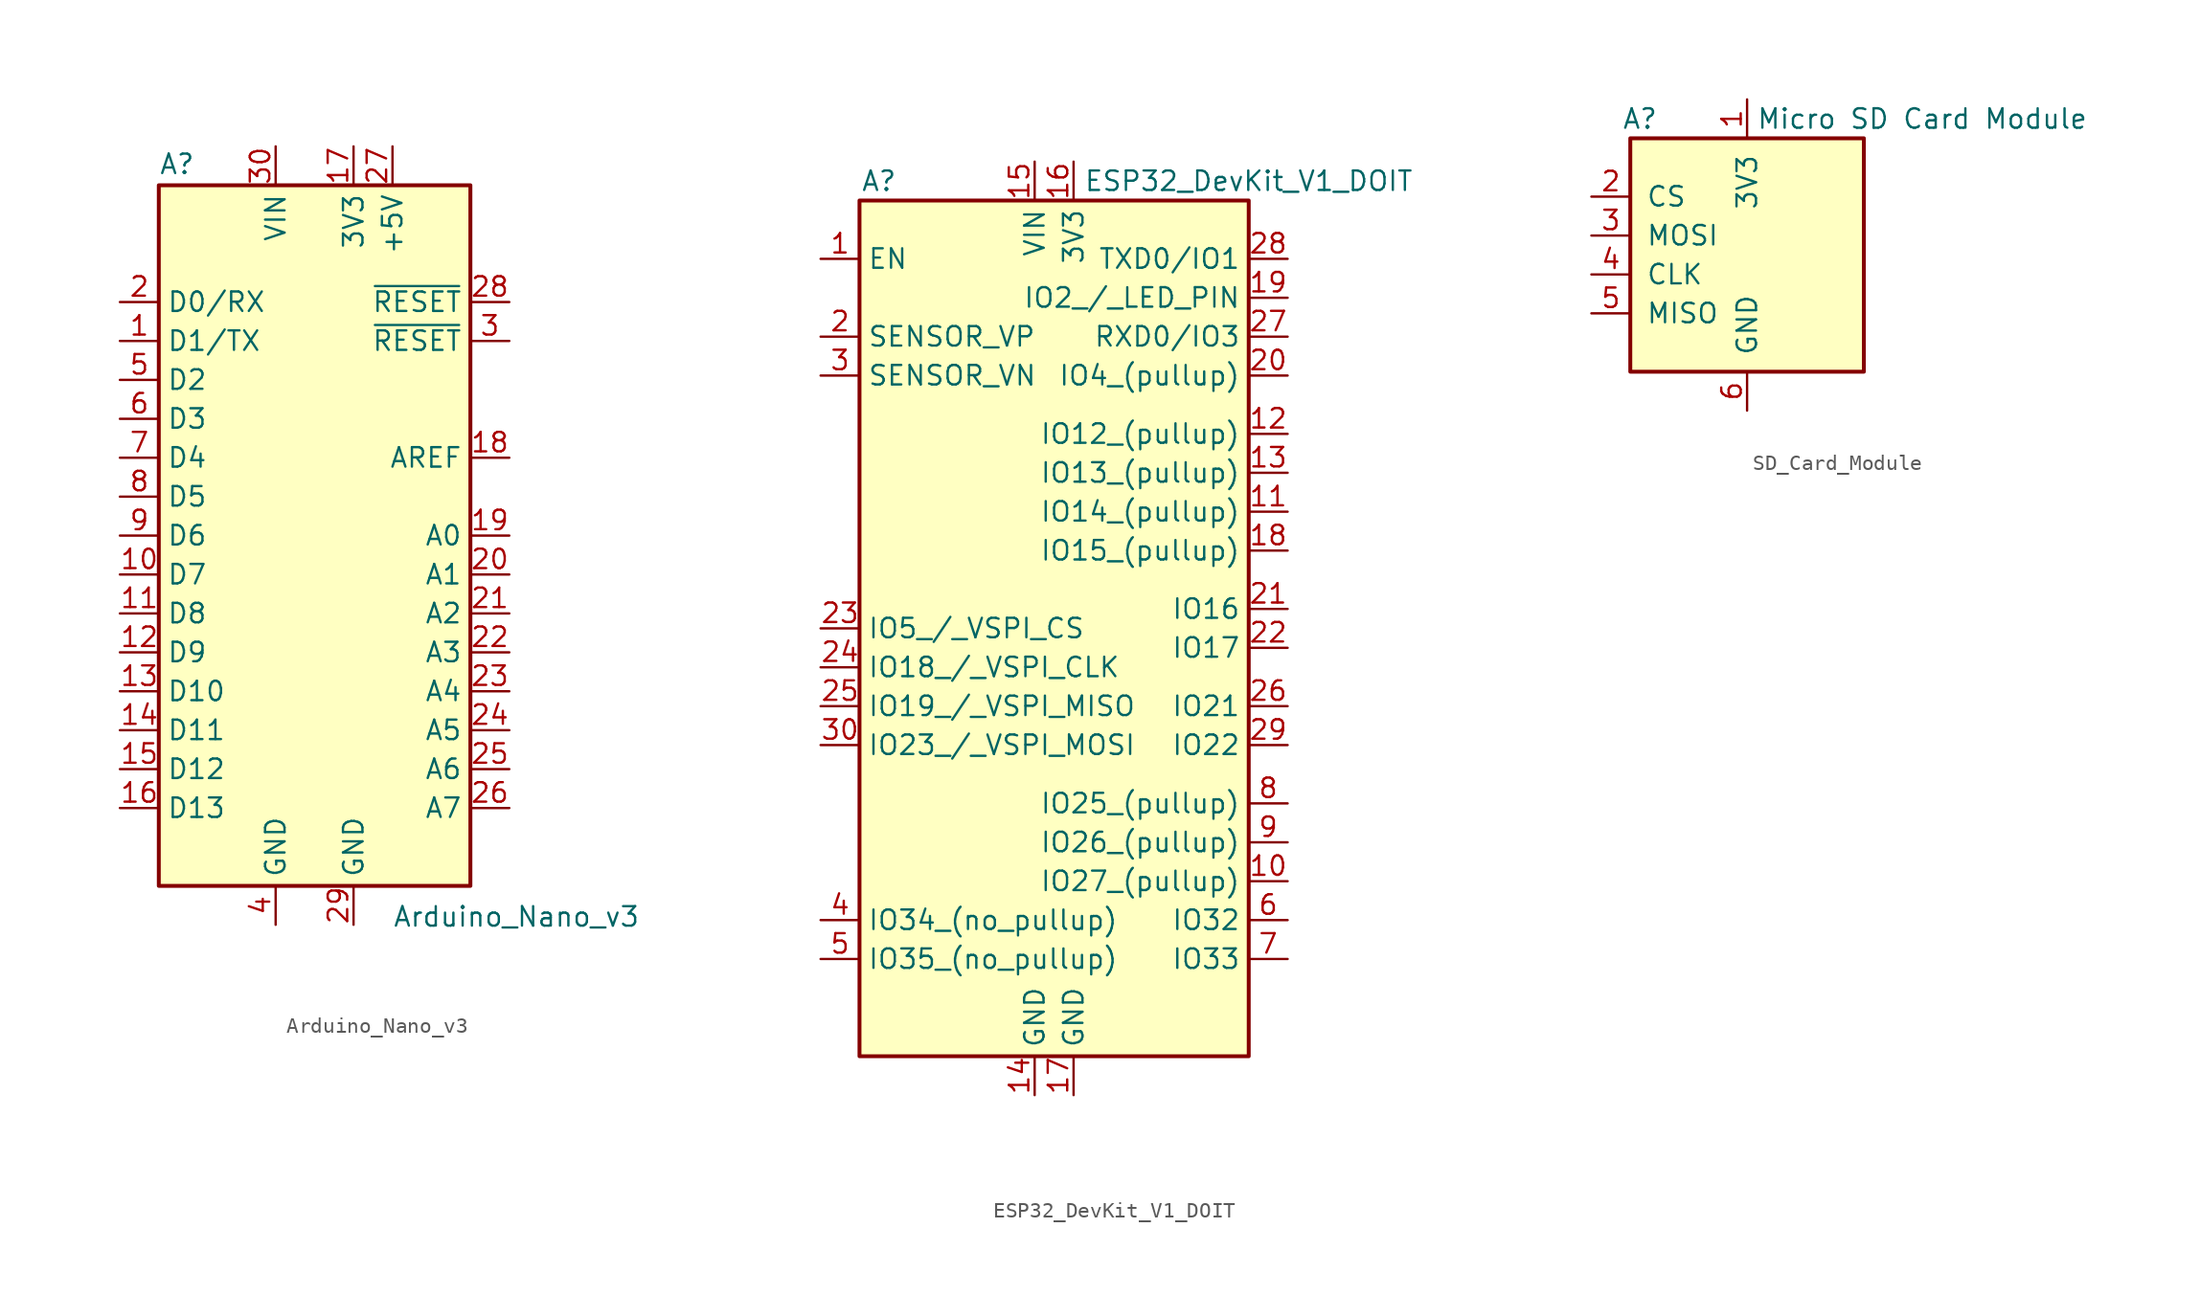
<source format=kicad_sym>
(kicad_symbol_lib
  (version 20231120)
  (generator "kicad_symbol_editor")
  (generator_version "8.0")
  (symbol "Arduino_Nano_v3"
    (property "Reference" "A"
      (at -10.16 23.495 0)
      (effects (font (size 1.27 1.27)) (justify left bottom)))
    (property "Value" "Arduino_Nano_v3"
      (at 5.08 -24.13 0)
      (effects (font (size 1.27 1.27)) (justify left top)))
    (symbol "Arduino_Nano_v3_0_1"
      (rectangle (start -10.16 22.86) (end 10.16 -22.86) (stroke (width 0.254) (type default)) (fill (type background))))
    (symbol "Arduino_Nano_v3_1_1"
      (pin bidirectional line (at -12.7 12.7 0) (length 2.54) (name "D1/TX" (effects (font (size 1.27 1.27)))) (number "1" (effects (font (size 1.27 1.27)))))
      (pin bidirectional line (at -12.7 -2.54 0) (length 2.54) (name "D7" (effects (font (size 1.27 1.27)))) (number "10" (effects (font (size 1.27 1.27)))))
      (pin bidirectional line (at -12.7 -5.08 0) (length 2.54) (name "D8" (effects (font (size 1.27 1.27)))) (number "11" (effects (font (size 1.27 1.27)))))
      (pin bidirectional line (at -12.7 -7.62 0) (length 2.54) (name "D9" (effects (font (size 1.27 1.27)))) (number "12" (effects (font (size 1.27 1.27)))))
      (pin bidirectional line (at -12.7 -10.16 0) (length 2.54) (name "D10" (effects (font (size 1.27 1.27)))) (number "13" (effects (font (size 1.27 1.27)))))
      (pin bidirectional line (at -12.7 -12.7 0) (length 2.54) (name "D11" (effects (font (size 1.27 1.27)))) (number "14" (effects (font (size 1.27 1.27)))))
      (pin bidirectional line (at -12.7 -15.24 0) (length 2.54) (name "D12" (effects (font (size 1.27 1.27)))) (number "15" (effects (font (size 1.27 1.27)))))
      (pin bidirectional line (at -12.7 -17.78 0) (length 2.54) (name "D13" (effects (font (size 1.27 1.27)))) (number "16" (effects (font (size 1.27 1.27)))))
      (pin power_out line (at 2.54 25.4 270) (length 2.54) (name "3V3" (effects (font (size 1.27 1.27)))) (number "17" (effects (font (size 1.27 1.27)))))
      (pin input line (at 12.7 5.08 180) (length 2.54) (name "AREF" (effects (font (size 1.27 1.27)))) (number "18" (effects (font (size 1.27 1.27)))))
      (pin bidirectional line (at 12.7 0 180) (length 2.54) (name "A0" (effects (font (size 1.27 1.27)))) (number "19" (effects (font (size 1.27 1.27)))))
      (pin bidirectional line (at -12.7 15.24 0) (length 2.54) (name "D0/RX" (effects (font (size 1.27 1.27)))) (number "2" (effects (font (size 1.27 1.27)))))
      (pin bidirectional line (at 12.7 -2.54 180) (length 2.54) (name "A1" (effects (font (size 1.27 1.27)))) (number "20" (effects (font (size 1.27 1.27)))))
      (pin bidirectional line (at 12.7 -5.08 180) (length 2.54) (name "A2" (effects (font (size 1.27 1.27)))) (number "21" (effects (font (size 1.27 1.27)))))
      (pin bidirectional line (at 12.7 -7.62 180) (length 2.54) (name "A3" (effects (font (size 1.27 1.27)))) (number "22" (effects (font (size 1.27 1.27)))))
      (pin bidirectional line (at 12.7 -10.16 180) (length 2.54) (name "A4" (effects (font (size 1.27 1.27)))) (number "23" (effects (font (size 1.27 1.27)))))
      (pin bidirectional line (at 12.7 -12.7 180) (length 2.54) (name "A5" (effects (font (size 1.27 1.27)))) (number "24" (effects (font (size 1.27 1.27)))))
      (pin bidirectional line (at 12.7 -15.24 180) (length 2.54) (name "A6" (effects (font (size 1.27 1.27)))) (number "25" (effects (font (size 1.27 1.27)))))
      (pin bidirectional line (at 12.7 -17.78 180) (length 2.54) (name "A7" (effects (font (size 1.27 1.27)))) (number "26" (effects (font (size 1.27 1.27)))))
      (pin power_out line (at 5.08 25.4 270) (length 2.54) (name "+5V" (effects (font (size 1.27 1.27)))) (number "27" (effects (font (size 1.27 1.27)))))
      (pin input line (at 12.7 15.24 180) (length 2.54) (name "~{RESET}" (effects (font (size 1.27 1.27)))) (number "28" (effects (font (size 1.27 1.27)))))
      (pin power_in line (at 2.54 -25.4 90) (length 2.54) (name "GND" (effects (font (size 1.27 1.27)))) (number "29" (effects (font (size 1.27 1.27)))))
      (pin input line (at 12.7 12.7 180) (length 2.54) (name "~{RESET}" (effects (font (size 1.27 1.27)))) (number "3" (effects (font (size 1.27 1.27)))))
      (pin power_in line (at -2.54 25.4 270) (length 2.54) (name "VIN" (effects (font (size 1.27 1.27)))) (number "30" (effects (font (size 1.27 1.27)))))
      (pin power_in line (at -2.54 -25.4 90) (length 2.54) (name "GND" (effects (font (size 1.27 1.27)))) (number "4" (effects (font (size 1.27 1.27)))))
      (pin bidirectional line (at -12.7 10.16 0) (length 2.54) (name "D2" (effects (font (size 1.27 1.27)))) (number "5" (effects (font (size 1.27 1.27)))))
      (pin bidirectional line (at -12.7 7.62 0) (length 2.54) (name "D3" (effects (font (size 1.27 1.27)))) (number "6" (effects (font (size 1.27 1.27)))))
      (pin bidirectional line (at -12.7 5.08 0) (length 2.54) (name "D4" (effects (font (size 1.27 1.27)))) (number "7" (effects (font (size 1.27 1.27)))))
      (pin bidirectional line (at -12.7 2.54 0) (length 2.54) (name "D5" (effects (font (size 1.27 1.27)))) (number "8" (effects (font (size 1.27 1.27)))))
      (pin bidirectional line (at -12.7 0 0) (length 2.54) (name "D6" (effects (font (size 1.27 1.27)))) (number "9" (effects (font (size 1.27 1.27)))))))
  (symbol "ESP32_DevKit_V1_DOIT"
    (property "Reference" "A"
      (at -11.43 29.21 0)
      (effects (font (size 1.27 1.27))))
    (property "Value" "ESP32_DevKit_V1_DOIT"
      (at 12.7 29.21 0)
      (effects (font (size 1.27 1.27))))
    (symbol "ESP32_DevKit_V1_DOIT_1_1"
      (rectangle (start -12.7 27.94) (end 12.7 -27.94) (stroke (width 0.254) (type solid)) (fill (type background)))
      (pin input line (at -15.24 24.13 0) (length 2.54) (name "EN" (effects (font (size 1.27 1.27)))) (number "1" (effects (font (size 1.27 1.27)))))
      (pin bidirectional line (at 15.24 -16.51 180) (length 2.54) (name "IO27_(pullup)" (effects (font (size 1.27 1.27)))) (number "10" (effects (font (size 1.27 1.27)))))
      (pin bidirectional line (at 15.24 7.62 180) (length 2.54) (name "IO14_(pullup)" (effects (font (size 1.27 1.27)))) (number "11" (effects (font (size 1.27 1.27)))))
      (pin bidirectional line (at 15.24 12.7 180) (length 2.54) (name "IO12_(pullup)" (effects (font (size 1.27 1.27)))) (number "12" (effects (font (size 1.27 1.27)))))
      (pin bidirectional line (at 15.24 10.16 180) (length 2.54) (name "IO13_(pullup)" (effects (font (size 1.27 1.27)))) (number "13" (effects (font (size 1.27 1.27)))))
      (pin power_in line (at -1.27 -30.48 90) (length 2.54) (name "GND" (effects (font (size 1.27 1.27)))) (number "14" (effects (font (size 1.27 1.27)))))
      (pin power_in line (at -1.27 30.48 270) (length 2.54) (name "VIN" (effects (font (size 1.27 1.27)))) (number "15" (effects (font (size 1.27 1.27)))))
      (pin power_in line (at 1.27 30.48 270) (length 2.54) (name "3V3" (effects (font (size 1.27 1.27)))) (number "16" (effects (font (size 1.27 1.27)))))
      (pin power_in line (at 1.27 -30.48 90) (length 2.54) (name "GND" (effects (font (size 1.27 1.27)))) (number "17" (effects (font (size 1.27 1.27)))))
      (pin bidirectional line (at 15.24 5.08 180) (length 2.54) (name "IO15_(pullup)" (effects (font (size 1.27 1.27)))) (number "18" (effects (font (size 1.27 1.27)))))
      (pin bidirectional line (at 15.24 21.59 180) (length 2.54) (name "IO2_/_LED_PIN" (effects (font (size 1.27 1.27)))) (number "19" (effects (font (size 1.27 1.27)))))
      (pin input line (at -15.24 19.05 0) (length 2.54) (name "SENSOR_VP" (effects (font (size 1.27 1.27)))) (number "2" (effects (font (size 1.27 1.27)))))
      (pin bidirectional line (at 15.24 16.51 180) (length 2.54) (name "IO4_(pullup)" (effects (font (size 1.27 1.27)))) (number "20" (effects (font (size 1.27 1.27)))))
      (pin bidirectional line (at 15.24 1.27 180) (length 2.54) (name "IO16" (effects (font (size 1.27 1.27)))) (number "21" (effects (font (size 1.27 1.27)))))
      (pin bidirectional line (at 15.24 -1.27 180) (length 2.54) (name "IO17" (effects (font (size 1.27 1.27)))) (number "22" (effects (font (size 1.27 1.27)))))
      (pin bidirectional line (at -15.24 0 0) (length 2.54) (name "IO5_/_VSPI_CS" (effects (font (size 1.27 1.27)))) (number "23" (effects (font (size 1.27 1.27)))))
      (pin bidirectional line (at -15.24 -2.54 0) (length 2.54) (name "IO18_/_VSPI_CLK" (effects (font (size 1.27 1.27)))) (number "24" (effects (font (size 1.27 1.27)))))
      (pin bidirectional line (at -15.24 -5.08 0) (length 2.54) (name "IO19_/_VSPI_MISO" (effects (font (size 1.27 1.27)))) (number "25" (effects (font (size 1.27 1.27)))))
      (pin bidirectional line (at 15.24 -5.08 180) (length 2.54) (name "IO21" (effects (font (size 1.27 1.27)))) (number "26" (effects (font (size 1.27 1.27)))))
      (pin bidirectional line (at 15.24 19.05 180) (length 2.54) (name "RXD0/IO3" (effects (font (size 1.27 1.27)))) (number "27" (effects (font (size 1.27 1.27)))))
      (pin bidirectional line (at 15.24 24.13 180) (length 2.54) (name "TXD0/IO1" (effects (font (size 1.27 1.27)))) (number "28" (effects (font (size 1.27 1.27)))))
      (pin bidirectional line (at 15.24 -7.62 180) (length 2.54) (name "IO22" (effects (font (size 1.27 1.27)))) (number "29" (effects (font (size 1.27 1.27)))))
      (pin input line (at -15.24 16.51 0) (length 2.54) (name "SENSOR_VN" (effects (font (size 1.27 1.27)))) (number "3" (effects (font (size 1.27 1.27)))))
      (pin bidirectional line (at -15.24 -7.62 0) (length 2.54) (name "IO23_/_VSPI_MOSI" (effects (font (size 1.27 1.27)))) (number "30" (effects (font (size 1.27 1.27)))))
      (pin input line (at -15.24 -19.05 0) (length 2.54) (name "IO34_(no_pullup)" (effects (font (size 1.27 1.27)))) (number "4" (effects (font (size 1.27 1.27)))))
      (pin input line (at -15.24 -21.59 0) (length 2.54) (name "IO35_(no_pullup)" (effects (font (size 1.27 1.27)))) (number "5" (effects (font (size 1.27 1.27)))))
      (pin bidirectional line (at 15.24 -19.05 180) (length 2.54) (name "IO32" (effects (font (size 1.27 1.27)))) (number "6" (effects (font (size 1.27 1.27)))))
      (pin bidirectional line (at 15.24 -21.59 180) (length 2.54) (name "IO33" (effects (font (size 1.27 1.27)))) (number "7" (effects (font (size 1.27 1.27)))))
      (pin bidirectional line (at 15.24 -11.43 180) (length 2.54) (name "IO25_(pullup)" (effects (font (size 1.27 1.27)))) (number "8" (effects (font (size 1.27 1.27)))))
      (pin bidirectional line (at 15.24 -13.97 180) (length 2.54) (name "IO26_(pullup)" (effects (font (size 1.27 1.27)))) (number "9" (effects (font (size 1.27 1.27)))))))
  (symbol "SD_Card_Module"
    (pin_names
      (offset 1.016))
    (property "Reference" "A"
      (at -6.985 8.89 0)
      (effects (font (size 1.27 1.27))))
    (property "Value" "Micro SD Card Module"
      (at 11.43 8.89 0)
      (effects (font (size 1.27 1.27))))
    (symbol "SD_Card_Module_0_1"
      (rectangle (start -7.62 7.62) (end 7.62 -7.62) (stroke (width 0.254) (type solid)) (fill (type background))))
    (symbol "SD_Card_Module_1_1"
      (pin power_in line (at 0 10.16 270) (length 2.54) (name "3V3" (effects (font (size 1.27 1.27)))) (number "1" (effects (font (size 1.27 1.27)))))
      (pin input line (at -10.16 3.81 0) (length 2.54) (name "CS" (effects (font (size 1.27 1.27)))) (number "2" (effects (font (size 1.27 1.27)))))
      (pin input line (at -10.16 1.27 0) (length 2.54) (name "MOSI" (effects (font (size 1.27 1.27)))) (number "3" (effects (font (size 1.27 1.27)))))
      (pin input line (at -10.16 -1.27 0) (length 2.54) (name "CLK" (effects (font (size 1.27 1.27)))) (number "4" (effects (font (size 1.27 1.27)))))
      (pin output line (at -10.16 -3.81 0) (length 2.54) (name "MISO" (effects (font (size 1.27 1.27)))) (number "5" (effects (font (size 1.27 1.27)))))
      (pin power_in line (at 0 -10.16 90) (length 2.54) (name "GND" (effects (font (size 1.27 1.27)))) (number "6" (effects (font (size 1.27 1.27))))))))
</source>
